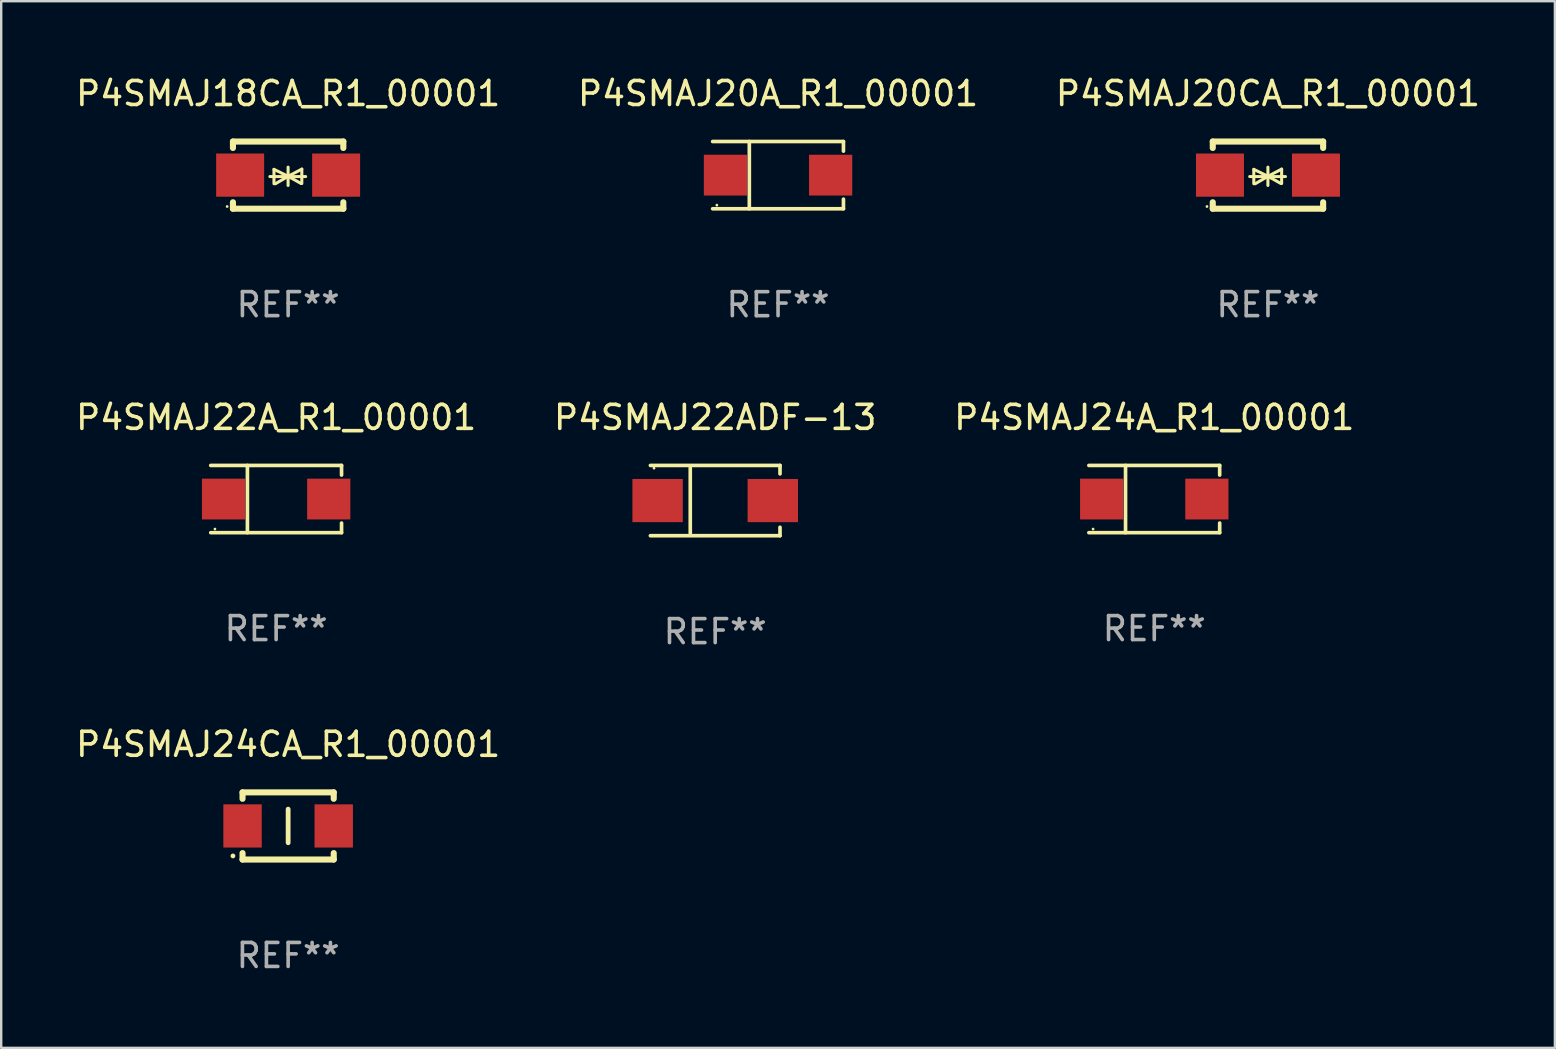
<source format=kicad_pcb>
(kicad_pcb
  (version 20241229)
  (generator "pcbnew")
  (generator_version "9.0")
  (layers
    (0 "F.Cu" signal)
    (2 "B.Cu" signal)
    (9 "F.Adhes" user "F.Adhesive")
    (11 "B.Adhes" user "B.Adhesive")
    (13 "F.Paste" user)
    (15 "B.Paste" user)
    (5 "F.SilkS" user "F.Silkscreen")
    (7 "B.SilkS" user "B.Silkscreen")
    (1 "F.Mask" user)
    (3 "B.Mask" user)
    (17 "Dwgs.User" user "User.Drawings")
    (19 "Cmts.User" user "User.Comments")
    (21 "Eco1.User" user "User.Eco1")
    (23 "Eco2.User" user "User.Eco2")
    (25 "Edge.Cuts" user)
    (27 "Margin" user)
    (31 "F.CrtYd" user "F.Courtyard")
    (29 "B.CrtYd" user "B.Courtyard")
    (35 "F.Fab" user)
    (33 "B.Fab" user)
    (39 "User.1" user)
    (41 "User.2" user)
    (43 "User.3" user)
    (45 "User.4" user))
  (footprint "P4SMAJ22A_R1_00001"
    (layer "F.Cu")
    (at 8.458 17.748)
    (property "Reference" "P4SMAJ22A_R1_00001" (at 0 -3.401 0) (layer "F.SilkS") (effects (font (size 1 1) (thickness 0.15))))
    (attr through_hole)
    (fp_line (start -2.726 -1.401) (end 2.726 -1.401) (stroke (width 0.152) (type solid)) (layer "F.SilkS"))
    (fp_line (start -2.726 1.401) (end 2.726 1.401) (stroke (width 0.152) (type solid)) (layer "F.SilkS"))
    (fp_line (start -1.197 -1.401) (end -1.197 1.401) (stroke (width 0.152) (type solid)) (layer "F.SilkS"))
    (fp_line (start 2.726 -1.401) (end 2.726 -1) (stroke (width 0.152) (type solid)) (layer "F.SilkS"))
    (fp_line (start 2.726 1.401) (end 2.726 1) (stroke (width 0.152) (type solid)) (layer "F.SilkS"))
    (fp_circle (center -2.55 1.25) (end -2.52 1.25) (stroke (width 0.06) (type solid)) (fill no) (layer "F.SilkS"))
    (fp_text user "REF**" (at 0 5.401 0) (layer "F.Fab") (effects (font (size 1 1) (thickness 0.15))))
    (pad "1" smd rect (at -2.192 0) (size 1.8 1.7) (layers "F.Cu" "F.Mask" "F.Paste"))
    (pad "2" smd rect (at 2.192 0) (size 1.8 1.7) (layers "F.Cu" "F.Mask" "F.Paste")))
  (footprint "P4SMAJ18CA_R1_00001"
    (layer "F.Cu")
    (at 8.958 4.248)
    (property "Reference" "P4SMAJ18CA_R1_00001" (at 0 -3.4 0) (layer "F.SilkS") (effects (font (size 1 1) (thickness 0.15))))
    (attr through_hole)
    (fp_line (start -2.3 -1.4) (end -2.3 -1.131) (stroke (width 0.254) (type solid)) (layer "F.SilkS"))
    (fp_line (start -2.3 -1.4) (end 2.3 -1.4) (stroke (width 0.254) (type solid)) (layer "F.SilkS"))
    (fp_line (start -2.3 1.131) (end -2.3 1.4) (stroke (width 0.254) (type solid)) (layer "F.SilkS"))
    (fp_line (start -2.3 1.4) (end 2.3 1.4) (stroke (width 0.254) (type solid)) (layer "F.SilkS"))
    (fp_line (start -0.76 0.06) (end 0.73 0.06) (stroke (width 0.127) (type solid)) (layer "F.SilkS"))
    (fp_line (start -0.59 -0.24) (end -0.59 0.36) (stroke (width 0.127) (type solid)) (layer "F.SilkS"))
    (fp_line (start -0.59 -0.24) (end -0.002 0.049) (stroke (width 0.127) (type solid)) (layer "F.SilkS"))
    (fp_line (start -0.53 0.36) (end -0.002 0.049) (stroke (width 0.127) (type solid)) (layer "F.SilkS"))
    (fp_line (start -0.002 0.049) (end -0.002 -0.332) (stroke (width 0.127) (type solid)) (layer "F.SilkS"))
    (fp_line (start -0.002 0.049) (end -0.002 0.43) (stroke (width 0.127) (type solid)) (layer "F.SilkS"))
    (fp_line (start 0.54 0.35) (end -0.002 0.049) (stroke (width 0.127) (type solid)) (layer "F.SilkS"))
    (fp_line (start 0.57 -0.25) (end -0.002 0.049) (stroke (width 0.127) (type solid)) (layer "F.SilkS"))
    (fp_line (start 0.57 -0.25) (end 0.57 0.35) (stroke (width 0.127) (type solid)) (layer "F.SilkS"))
    (fp_line (start 2.3 -1.4) (end 2.3 -1.131) (stroke (width 0.254) (type solid)) (layer "F.SilkS"))
    (fp_line (start 2.3 1.131) (end 2.3 1.4) (stroke (width 0.254) (type solid)) (layer "F.SilkS"))
    (fp_circle (center -2.542 1.308) (end -2.512 1.308) (stroke (width 0.06) (type solid)) (fill no) (layer "F.SilkS"))
    (fp_text user "REF**" (at 0 5.4 0) (layer "F.Fab") (effects (font (size 1 1) (thickness 0.15))))
    (pad "1" smd rect (at -2 0) (size 2 1.8) (layers "F.Cu" "F.Mask" "F.Paste"))
    (pad "2" smd rect (at 2 0) (size 2 1.8) (layers "F.Cu" "F.Mask" "F.Paste")))
  (footprint "P4SMAJ20A_R1_00001"
    (layer "F.Cu")
    (at 29.375 4.249)
    (property "Reference" "P4SMAJ20A_R1_00001" (at 0 -3.401 0) (layer "F.SilkS") (effects (font (size 1 1) (thickness 0.15))))
    (attr through_hole)
    (fp_line (start -2.726 -1.401) (end 2.726 -1.401) (stroke (width 0.152) (type solid)) (layer "F.SilkS"))
    (fp_line (start -2.726 1.401) (end 2.726 1.401) (stroke (width 0.152) (type solid)) (layer "F.SilkS"))
    (fp_line (start -1.197 -1.401) (end -1.197 1.401) (stroke (width 0.152) (type solid)) (layer "F.SilkS"))
    (fp_line (start 2.726 -1.401) (end 2.726 -1) (stroke (width 0.152) (type solid)) (layer "F.SilkS"))
    (fp_line (start 2.726 1.401) (end 2.726 1) (stroke (width 0.152) (type solid)) (layer "F.SilkS"))
    (fp_circle (center -2.55 1.25) (end -2.52 1.25) (stroke (width 0.06) (type solid)) (fill no) (layer "F.SilkS"))
    (fp_text user "REF**" (at 0 5.401 0) (layer "F.Fab") (effects (font (size 1 1) (thickness 0.15))))
    (pad "1" smd rect (at -2.192 0) (size 1.8 1.7) (layers "F.Cu" "F.Mask" "F.Paste"))
    (pad "2" smd rect (at 2.192 0) (size 1.8 1.7) (layers "F.Cu" "F.Mask" "F.Paste")))
  (footprint "P4SMAJ24A_R1_00001"
    (layer "F.Cu")
    (at 45.054 17.748)
    (property "Reference" "P4SMAJ24A_R1_00001" (at 0 -3.401 0) (layer "F.SilkS") (effects (font (size 1 1) (thickness 0.15))))
    (attr through_hole)
    (fp_line (start -2.726 -1.401) (end 2.726 -1.401) (stroke (width 0.152) (type solid)) (layer "F.SilkS"))
    (fp_line (start -2.726 1.401) (end 2.726 1.401) (stroke (width 0.152) (type solid)) (layer "F.SilkS"))
    (fp_line (start -1.197 -1.401) (end -1.197 1.401) (stroke (width 0.152) (type solid)) (layer "F.SilkS"))
    (fp_line (start 2.726 -1.401) (end 2.726 -1) (stroke (width 0.152) (type solid)) (layer "F.SilkS"))
    (fp_line (start 2.726 1.401) (end 2.726 1) (stroke (width 0.152) (type solid)) (layer "F.SilkS"))
    (fp_circle (center -2.55 1.25) (end -2.52 1.25) (stroke (width 0.06) (type solid)) (fill no) (layer "F.SilkS"))
    (fp_text user "REF**" (at 0 5.401 0) (layer "F.Fab") (effects (font (size 1 1) (thickness 0.15))))
    (pad "1" smd rect (at -2.192 0) (size 1.8 1.7) (layers "F.Cu" "F.Mask" "F.Paste"))
    (pad "2" smd rect (at 2.192 0) (size 1.8 1.7) (layers "F.Cu" "F.Mask" "F.Paste")))
  (footprint "P4SMAJ22ADF-13"
    (layer "F.Cu")
    (at 26.756 17.811)
    (property "Reference" "P4SMAJ22ADF-13" (at 0 -3.464 0) (layer "F.SilkS") (effects (font (size 1 1) (thickness 0.15))))
    (attr through_hole)
    (fp_line (start -2.701 -1.464) (end 2.701 -1.464) (stroke (width 0.152) (type solid)) (layer "F.SilkS"))
    (fp_line (start -2.701 1.464) (end 2.701 1.464) (stroke (width 0.152) (type solid)) (layer "F.SilkS"))
    (fp_line (start -1.039 -1.364) (end -1.039 1.364) (stroke (width 0.152) (type solid)) (layer "F.SilkS"))
    (fp_line (start 2.701 -1.464) (end 2.701 -1.113) (stroke (width 0.152) (type solid)) (layer "F.SilkS"))
    (fp_line (start 2.701 1.464) (end 2.701 1.113) (stroke (width 0.152) (type solid)) (layer "F.SilkS"))
    (fp_circle (center -2.55 -1.35) (end -2.52 -1.35) (stroke (width 0.06) (type solid)) (fill no) (layer "F.SilkS"))
    (fp_text user "REF**" (at 0 5.464 0) (layer "F.Fab") (effects (font (size 1 1) (thickness 0.15))))
    (pad "1" smd rect (at -2.4 0) (size 2.1 1.8) (layers "F.Cu" "F.Mask" "F.Paste"))
    (pad "2" smd rect (at 2.4 0) (size 2.1 1.8) (layers "F.Cu" "F.Mask" "F.Paste")))
  (footprint "P4SMAJ24CA_R1_00001"
    (layer "F.Cu")
    (at 8.958 31.371)
    (property "Reference" "P4SMAJ24CA_R1_00001" (at 0 -3.4 0) (layer "F.SilkS") (effects (font (size 1 1) (thickness 0.15))))
    (attr through_hole)
    (fp_line (start -1.9 -1.4) (end -1.9 -1.131) (stroke (width 0.254) (type solid)) (layer "F.SilkS"))
    (fp_line (start -1.9 -1.4) (end 1.9 -1.4) (stroke (width 0.254) (type solid)) (layer "F.SilkS"))
    (fp_line (start -1.9 1.131) (end -1.9 1.4) (stroke (width 0.254) (type solid)) (layer "F.SilkS"))
    (fp_line (start -1.9 1.4) (end 1.9 1.4) (stroke (width 0.254) (type solid)) (layer "F.SilkS"))
    (fp_line (start 0 -0.7) (end 0 0.7) (stroke (width 0.2) (type solid)) (layer "F.SilkS"))
    (fp_line (start 1.9 -1.4) (end 1.9 -1.131) (stroke (width 0.254) (type solid)) (layer "F.SilkS"))
    (fp_line (start 1.9 1.131) (end 1.9 1.4) (stroke (width 0.254) (type solid)) (layer "F.SilkS"))
    (fp_circle (center -2.3 1.25) (end -2.25 1.25) (stroke (width 0.1) (type solid)) (fill no) (layer "F.SilkS"))
    (fp_text user "REF**" (at 0 5.4 0) (layer "F.Fab") (effects (font (size 1 1) (thickness 0.15))))
    (pad "1" smd rect (at -1.9 0 180) (size 1.6 1.8) (layers "F.Cu" "F.Mask" "F.Paste"))
    (pad "2" smd rect (at 1.9 0 180) (size 1.6 1.8) (layers "F.Cu" "F.Mask" "F.Paste")))
  (footprint "P4SMAJ20CA_R1_00001"
    (layer "F.Cu")
    (at 49.792 4.248)
    (property "Reference" "P4SMAJ20CA_R1_00001" (at 0 -3.4 0) (layer "F.SilkS") (effects (font (size 1 1) (thickness 0.15))))
    (attr through_hole)
    (fp_line (start -2.3 -1.4) (end -2.3 -1.131) (stroke (width 0.254) (type solid)) (layer "F.SilkS"))
    (fp_line (start -2.3 -1.4) (end 2.3 -1.4) (stroke (width 0.254) (type solid)) (layer "F.SilkS"))
    (fp_line (start -2.3 1.131) (end -2.3 1.4) (stroke (width 0.254) (type solid)) (layer "F.SilkS"))
    (fp_line (start -2.3 1.4) (end 2.3 1.4) (stroke (width 0.254) (type solid)) (layer "F.SilkS"))
    (fp_line (start -0.76 0.06) (end 0.73 0.06) (stroke (width 0.127) (type solid)) (layer "F.SilkS"))
    (fp_line (start -0.59 -0.24) (end -0.59 0.36) (stroke (width 0.127) (type solid)) (layer "F.SilkS"))
    (fp_line (start -0.59 -0.24) (end -0.002 0.049) (stroke (width 0.127) (type solid)) (layer "F.SilkS"))
    (fp_line (start -0.53 0.36) (end -0.002 0.049) (stroke (width 0.127) (type solid)) (layer "F.SilkS"))
    (fp_line (start -0.002 0.049) (end -0.002 -0.332) (stroke (width 0.127) (type solid)) (layer "F.SilkS"))
    (fp_line (start -0.002 0.049) (end -0.002 0.43) (stroke (width 0.127) (type solid)) (layer "F.SilkS"))
    (fp_line (start 0.54 0.35) (end -0.002 0.049) (stroke (width 0.127) (type solid)) (layer "F.SilkS"))
    (fp_line (start 0.57 -0.25) (end -0.002 0.049) (stroke (width 0.127) (type solid)) (layer "F.SilkS"))
    (fp_line (start 0.57 -0.25) (end 0.57 0.35) (stroke (width 0.127) (type solid)) (layer "F.SilkS"))
    (fp_line (start 2.3 -1.4) (end 2.3 -1.131) (stroke (width 0.254) (type solid)) (layer "F.SilkS"))
    (fp_line (start 2.3 1.131) (end 2.3 1.4) (stroke (width 0.254) (type solid)) (layer "F.SilkS"))
    (fp_circle (center -2.542 1.308) (end -2.512 1.308) (stroke (width 0.06) (type solid)) (fill no) (layer "F.SilkS"))
    (fp_text user "REF**" (at 0 5.4 0) (layer "F.Fab") (effects (font (size 1 1) (thickness 0.15))))
    (pad "1" smd rect (at -2 0) (size 2 1.8) (layers "F.Cu" "F.Mask" "F.Paste"))
    (pad "2" smd rect (at 2 0) (size 2 1.8) (layers "F.Cu" "F.Mask" "F.Paste")))
  (gr_rect
    (start -3 -3)
    (end 61.75 40.619)
    (stroke (width 0.1) (type default))
    (fill no)
    (layer "Edge.Cuts")))
</source>
